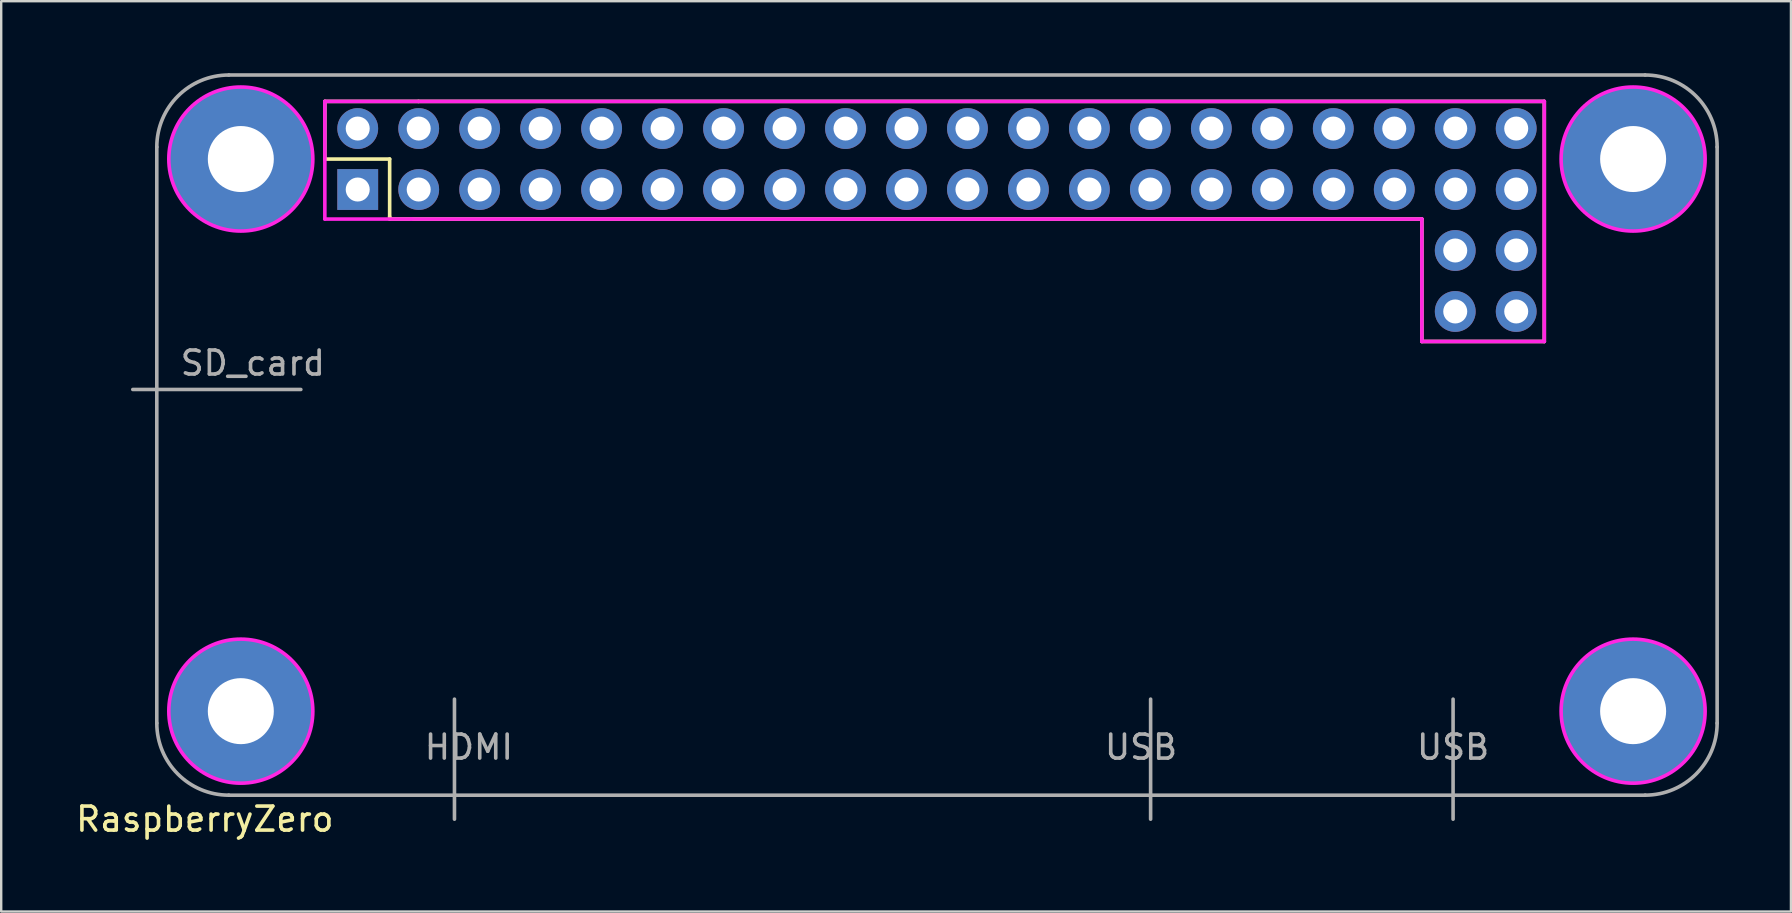
<source format=kicad_pcb>
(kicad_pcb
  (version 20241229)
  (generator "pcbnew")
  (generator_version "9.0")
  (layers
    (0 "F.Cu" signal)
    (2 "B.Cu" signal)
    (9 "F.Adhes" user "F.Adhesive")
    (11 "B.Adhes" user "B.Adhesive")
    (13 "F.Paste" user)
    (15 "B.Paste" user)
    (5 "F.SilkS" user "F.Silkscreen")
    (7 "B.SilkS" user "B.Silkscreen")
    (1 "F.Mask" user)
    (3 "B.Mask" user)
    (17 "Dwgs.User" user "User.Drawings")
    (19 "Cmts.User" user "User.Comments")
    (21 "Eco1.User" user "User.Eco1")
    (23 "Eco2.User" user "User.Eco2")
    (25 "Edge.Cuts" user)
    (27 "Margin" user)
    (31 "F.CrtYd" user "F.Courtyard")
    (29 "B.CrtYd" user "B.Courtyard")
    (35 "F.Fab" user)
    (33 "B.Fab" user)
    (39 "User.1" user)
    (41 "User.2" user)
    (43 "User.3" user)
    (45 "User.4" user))
  (footprint "RaspberryZero"
    (layer "F.Cu")
    (at 3.482 30.075)
    (property "Reference" "RaspberryZero" (at 2 1 0) (layer "F.SilkS") (effects (font (size 1 1) (thickness 0.15))))
    (attr through_hole)
    (fp_line (start 7 -28.9) (end 10.9 -28.9) (stroke (width 0.15) (type solid)) (layer "F.SilkS"))
    (fp_line (start 7 -26.5) (end 7 -28.9) (stroke (width 0.15) (type solid)) (layer "F.SilkS"))
    (fp_line (start 9.7 -26.5) (end 7 -26.5) (stroke (width 0.15) (type solid)) (layer "F.SilkS"))
    (fp_line (start 9.7 -24.1) (end 9.7 -26.5) (stroke (width 0.15) (type solid)) (layer "F.SilkS"))
    (fp_line (start 9.7 -24) (end 9.7 -24.1) (stroke (width 0.15) (type solid)) (layer "F.SilkS"))
    (fp_line (start 10.9 -28.9) (end 57.8 -28.9) (stroke (width 0.15) (type solid)) (layer "F.SilkS"))
    (fp_line (start 52.7 -24) (end 9.7 -24) (stroke (width 0.15) (type solid)) (layer "F.SilkS"))
    (fp_line (start 52.7 -18.9) (end 52.7 -24) (stroke (width 0.15) (type solid)) (layer "F.SilkS"))
    (fp_line (start 57.8 -28.9) (end 57.8 -18.9) (stroke (width 0.15) (type solid)) (layer "F.SilkS"))
    (fp_line (start 57.8 -18.9) (end 52.7 -18.9) (stroke (width 0.15) (type solid)) (layer "F.SilkS"))
    (fp_line (start 7 -28.9) (end 7 -24) (stroke (width 0.15) (type solid)) (layer "F.CrtYd"))
    (fp_line (start 7 -24) (end 10.6 -24) (stroke (width 0.15) (type solid)) (layer "F.CrtYd"))
    (fp_line (start 10.6 -24) (end 52.7 -24) (stroke (width 0.15) (type solid)) (layer "F.CrtYd"))
    (fp_line (start 52.7 -24) (end 52.7 -18.9) (stroke (width 0.15) (type solid)) (layer "F.CrtYd"))
    (fp_line (start 52.7 -18.9) (end 57.8 -18.9) (stroke (width 0.15) (type solid)) (layer "F.CrtYd"))
    (fp_line (start 57.8 -28.9) (end 7 -28.9) (stroke (width 0.15) (type solid)) (layer "F.CrtYd"))
    (fp_line (start 57.8 -18.9) (end 57.8 -28.9) (stroke (width 0.15) (type solid)) (layer "F.CrtYd"))
    (fp_circle (center 3.5 -26.5) (end 6.5 -26.5) (stroke (width 0.15) (type solid)) (fill no) (layer "F.CrtYd"))
    (fp_circle (center 3.5 -3.5) (end 6.5 -3.5) (stroke (width 0.15) (type solid)) (fill no) (layer "F.CrtYd"))
    (fp_circle (center 61.5 -26.5) (end 64.5 -26.5) (stroke (width 0.15) (type solid)) (fill no) (layer "F.CrtYd"))
    (fp_circle (center 61.5 -3.5) (end 64.5 -3.5) (stroke (width 0.15) (type solid)) (fill no) (layer "F.CrtYd"))
    (fp_line (start -1 -16.9) (end 6 -16.9) (stroke (width 0.15) (type solid)) (layer "F.Fab"))
    (fp_line (start 0 -27) (end 0 -3) (stroke (width 0.15) (type solid)) (layer "F.Fab"))
    (fp_line (start 3 -30) (end 62 -30) (stroke (width 0.15) (type solid)) (layer "F.Fab"))
    (fp_line (start 12.4 1) (end 12.4 -4) (stroke (width 0.15) (type solid)) (layer "F.Fab"))
    (fp_line (start 41.4 1) (end 41.4 -4) (stroke (width 0.15) (type solid)) (layer "F.Fab"))
    (fp_line (start 54 1) (end 54 -4) (stroke (width 0.15) (type solid)) (layer "F.Fab"))
    (fp_line (start 62 0) (end 3 0) (stroke (width 0.15) (type solid)) (layer "F.Fab"))
    (fp_line (start 65 -27) (end 65 -3) (stroke (width 0.15) (type solid)) (layer "F.Fab"))
    (fp_arc (start 0 -27) (mid 0.87868 -29.12132) (end 3 -30) (stroke (width 0.15) (type solid)) (layer "F.Fab"))
    (fp_arc (start 3 0) (mid 0.87868 -0.87868) (end 0 -3) (stroke (width 0.15) (type solid)) (layer "F.Fab"))
    (fp_arc (start 62 -30) (mid 64.12132 -29.12132) (end 65 -27) (stroke (width 0.15) (type solid)) (layer "F.Fab"))
    (fp_arc (start 65 -3) (mid 64.12132 -0.87868) (end 62 0) (stroke (width 0.15) (type solid)) (layer "F.Fab"))
    (fp_text user "SD_card" (at 4 -18 0) (layer "F.Fab") (effects (font (size 1 1) (thickness 0.15))))
    (fp_text user "USB" (at 54 -2 0) (layer "F.Fab") (effects (font (size 1 1) (thickness 0.15))))
    (fp_text user "USB" (at 41 -2 0) (layer "F.Fab") (effects (font (size 1 1) (thickness 0.15))))
    (fp_text user "HDMI" (at 13 -2 0) (layer "F.Fab") (effects (font (size 1 1) (thickness 0.15))))
    (pad "0" thru_hole circle (at 3.5 -26.5) (size 6 6) (drill 2.75) (layers "*.Cu" "*.Mask"))
    (pad "0" thru_hole circle (at 3.5 -3.5) (size 6 6) (drill 2.75) (layers "*.Cu" "*.Mask"))
    (pad "0" thru_hole circle (at 61.5 -26.5) (size 6 6) (drill 2.75) (layers "*.Cu" "*.Mask"))
    (pad "0" thru_hole circle (at 61.5 -3.5) (size 6 6) (drill 2.75) (layers "*.Cu" "*.Mask"))
    (pad "1" thru_hole rect (at 8.37 -25.23) (size 1.7 1.7) (drill 1) (layers "*.Cu" "*.Paste" "*.Mask"))
    (pad "2" thru_hole circle (at 8.37 -27.77) (size 1.7 1.7) (drill 1) (layers "*.Cu" "*.Paste" "*.Mask"))
    (pad "3" thru_hole circle (at 10.91 -25.23) (size 1.7 1.7) (drill 1) (layers "*.Cu" "*.Paste" "*.Mask"))
    (pad "4" thru_hole circle (at 10.91 -27.77) (size 1.7 1.7) (drill 1) (layers "*.Cu" "*.Paste" "*.Mask"))
    (pad "5" thru_hole circle (at 13.45 -25.23) (size 1.7 1.7) (drill 1) (layers "*.Cu" "*.Paste" "*.Mask"))
    (pad "6" thru_hole circle (at 13.45 -27.77) (size 1.7 1.7) (drill 1) (layers "*.Cu" "*.Paste" "*.Mask"))
    (pad "7" thru_hole circle (at 15.99 -25.23) (size 1.7 1.7) (drill 1) (layers "*.Cu" "*.Paste" "*.Mask"))
    (pad "8" thru_hole circle (at 15.99 -27.77) (size 1.7 1.7) (drill 1) (layers "*.Cu" "*.Paste" "*.Mask"))
    (pad "9" thru_hole circle (at 18.53 -25.23) (size 1.7 1.7) (drill 1) (layers "*.Cu" "*.Paste" "*.Mask"))
    (pad "10" thru_hole circle (at 18.53 -27.77) (size 1.7 1.7) (drill 1) (layers "*.Cu" "*.Paste" "*.Mask"))
    (pad "11" thru_hole circle (at 21.07 -25.23) (size 1.7 1.7) (drill 1) (layers "*.Cu" "*.Paste" "*.Mask"))
    (pad "12" thru_hole circle (at 21.07 -27.77) (size 1.7 1.7) (drill 1) (layers "*.Cu" "*.Paste" "*.Mask"))
    (pad "13" thru_hole circle (at 23.61 -25.23) (size 1.7 1.7) (drill 1) (layers "*.Cu" "*.Paste" "*.Mask"))
    (pad "14" thru_hole circle (at 23.61 -27.77) (size 1.7 1.7) (drill 1) (layers "*.Cu" "*.Paste" "*.Mask"))
    (pad "15" thru_hole circle (at 26.15 -25.23) (size 1.7 1.7) (drill 1) (layers "*.Cu" "*.Paste" "*.Mask"))
    (pad "16" thru_hole circle (at 26.15 -27.77) (size 1.7 1.7) (drill 1) (layers "*.Cu" "*.Paste" "*.Mask"))
    (pad "17" thru_hole circle (at 28.69 -25.23) (size 1.7 1.7) (drill 1) (layers "*.Cu" "*.Paste" "*.Mask"))
    (pad "18" thru_hole circle (at 28.69 -27.77) (size 1.7 1.7) (drill 1) (layers "*.Cu" "*.Paste" "*.Mask"))
    (pad "19" thru_hole circle (at 31.23 -25.23) (size 1.7 1.7) (drill 1) (layers "*.Cu" "*.Paste" "*.Mask"))
    (pad "20" thru_hole circle (at 31.23 -27.77) (size 1.7 1.7) (drill 1) (layers "*.Cu" "*.Paste" "*.Mask"))
    (pad "21" thru_hole circle (at 33.77 -25.23) (size 1.7 1.7) (drill 1) (layers "*.Cu" "*.Paste" "*.Mask"))
    (pad "22" thru_hole circle (at 33.77 -27.77) (size 1.7 1.7) (drill 1) (layers "*.Cu" "*.Paste" "*.Mask"))
    (pad "23" thru_hole circle (at 36.31 -25.23) (size 1.7 1.7) (drill 1) (layers "*.Cu" "*.Paste" "*.Mask"))
    (pad "24" thru_hole circle (at 36.31 -27.77) (size 1.7 1.7) (drill 1) (layers "*.Cu" "*.Paste" "*.Mask"))
    (pad "25" thru_hole circle (at 38.85 -25.23) (size 1.7 1.7) (drill 1) (layers "*.Cu" "*.Paste" "*.Mask"))
    (pad "26" thru_hole circle (at 38.85 -27.77) (size 1.7 1.7) (drill 1) (layers "*.Cu" "*.Paste" "*.Mask"))
    (pad "27" thru_hole circle (at 41.39 -25.23) (size 1.7 1.7) (drill 1) (layers "*.Cu" "*.Paste" "*.Mask"))
    (pad "28" thru_hole circle (at 41.39 -27.77) (size 1.7 1.7) (drill 1) (layers "*.Cu" "*.Paste" "*.Mask"))
    (pad "29" thru_hole circle (at 43.93 -25.23) (size 1.7 1.7) (drill 1) (layers "*.Cu" "*.Paste" "*.Mask"))
    (pad "30" thru_hole circle (at 43.93 -27.77) (size 1.7 1.7) (drill 1) (layers "*.Cu" "*.Paste" "*.Mask"))
    (pad "31" thru_hole circle (at 46.47 -25.23) (size 1.7 1.7) (drill 1) (layers "*.Cu" "*.Paste" "*.Mask"))
    (pad "32" thru_hole circle (at 46.47 -27.77) (size 1.7 1.7) (drill 1) (layers "*.Cu" "*.Paste" "*.Mask"))
    (pad "33" thru_hole circle (at 49.01 -25.23) (size 1.7 1.7) (drill 1) (layers "*.Cu" "*.Paste" "*.Mask"))
    (pad "34" thru_hole circle (at 49.01 -27.77) (size 1.7 1.7) (drill 1) (layers "*.Cu" "*.Paste" "*.Mask"))
    (pad "35" thru_hole circle (at 51.55 -25.23) (size 1.7 1.7) (drill 1) (layers "*.Cu" "*.Paste" "*.Mask"))
    (pad "36" thru_hole circle (at 51.55 -27.77) (size 1.7 1.7) (drill 1) (layers "*.Cu" "*.Paste" "*.Mask"))
    (pad "37" thru_hole circle (at 54.09 -25.23) (size 1.7 1.7) (drill 1) (layers "*.Cu" "*.Paste" "*.Mask"))
    (pad "38" thru_hole circle (at 54.09 -27.77) (size 1.7 1.7) (drill 1) (layers "*.Cu" "*.Paste" "*.Mask"))
    (pad "39" thru_hole circle (at 56.63 -25.23) (size 1.7 1.7) (drill 1) (layers "*.Cu" "*.Paste" "*.Mask"))
    (pad "40" thru_hole circle (at 56.63 -27.77) (size 1.7 1.7) (drill 1) (layers "*.Cu" "*.Paste" "*.Mask"))
    (pad "41" thru_hole circle (at 54.09 -22.69) (size 1.7 1.7) (drill 1) (layers "*.Cu" "*.Paste" "*.Mask"))
    (pad "42" thru_hole circle (at 56.63 -22.69) (size 1.7 1.7) (drill 1) (layers "*.Cu" "*.Paste" "*.Mask"))
    (pad "43" thru_hole circle (at 54.09 -20.15) (size 1.7 1.7) (drill 1) (layers "*.Cu" "*.Paste" "*.Mask"))
    (pad "44" thru_hole circle (at 56.63 -20.15) (size 1.7 1.7) (drill 1) (layers "*.Cu" "*.Paste" "*.Mask")))
  (gr_rect
    (start -3 -3)
    (end 71.557 34.923)
    (stroke (width 0.1) (type default))
    (fill no)
    (layer "Edge.Cuts")))
</source>
